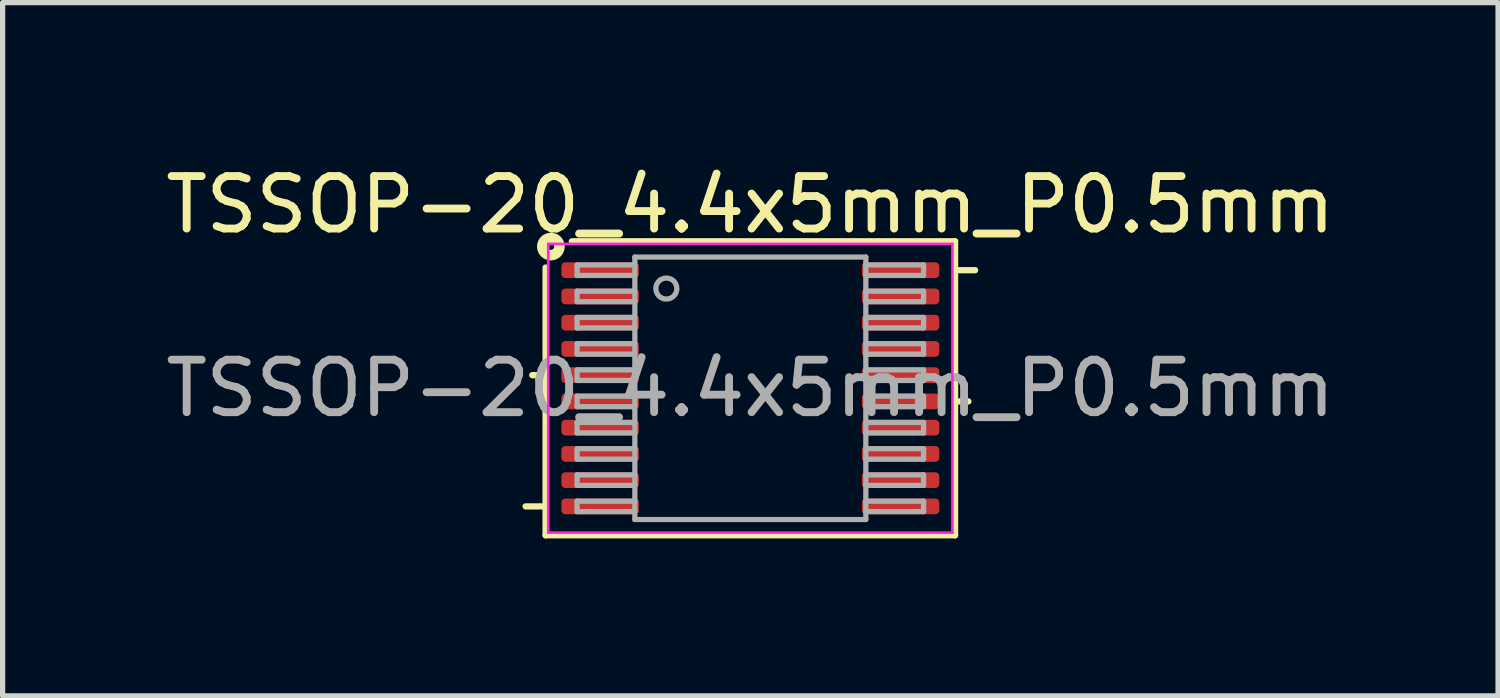
<source format=kicad_pcb>
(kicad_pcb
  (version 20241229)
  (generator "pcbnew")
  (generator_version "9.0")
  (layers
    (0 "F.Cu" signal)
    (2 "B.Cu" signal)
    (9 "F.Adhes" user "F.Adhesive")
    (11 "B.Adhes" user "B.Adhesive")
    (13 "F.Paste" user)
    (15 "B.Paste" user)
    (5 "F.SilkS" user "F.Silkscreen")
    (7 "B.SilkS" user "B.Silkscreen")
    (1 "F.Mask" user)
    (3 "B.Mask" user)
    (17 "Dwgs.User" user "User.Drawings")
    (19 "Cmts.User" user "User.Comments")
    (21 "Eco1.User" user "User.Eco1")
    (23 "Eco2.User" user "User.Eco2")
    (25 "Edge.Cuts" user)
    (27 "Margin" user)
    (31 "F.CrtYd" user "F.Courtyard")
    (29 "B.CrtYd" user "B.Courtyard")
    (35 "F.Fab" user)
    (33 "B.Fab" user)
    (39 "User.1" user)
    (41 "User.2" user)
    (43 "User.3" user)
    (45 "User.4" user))
  (footprint "TSSOP-20_4.4x5mm_P0.5mm"
    (layer "F.Cu")
    (at 11.244 4.347)
    (property "Reference" "TSSOP-20_4.4x5mm_P0.5mm" (at 0 -3.498 0) (layer "F.SilkS") (effects (font (size 1 1) (thickness 0.15))))
    (attr smd)
    (fp_line (start -4.281 2.25) (end -3.9 2.25) (stroke (width 0.12) (type solid)) (layer "F.SilkS"))
    (fp_line (start -4.154 -0.25) (end -3.9 -0.25) (stroke (width 0.12) (type solid)) (layer "F.SilkS"))
    (fp_line (start -3.9 -2.3) (end -3.9 2.8) (stroke (width 0.12) (type solid)) (layer "F.SilkS"))
    (fp_line (start -3.9 2.8) (end 3.9 2.8) (stroke (width 0.12) (type solid)) (layer "F.SilkS"))
    (fp_line (start 3.9 -2.8) (end -3.4 -2.8) (stroke (width 0.12) (type solid)) (layer "F.SilkS"))
    (fp_line (start 3.9 -2.25) (end 4.281 -2.25) (stroke (width 0.12) (type solid)) (layer "F.SilkS"))
    (fp_line (start 3.9 0.25) (end 4.154 0.25) (stroke (width 0.12) (type solid)) (layer "F.SilkS"))
    (fp_line (start 3.9 2.8) (end 3.9 -2.8) (stroke (width 0.12) (type solid)) (layer "F.SilkS"))
    (fp_circle (center -3.8 -2.7) (end -3.736 -2.7) (stroke (width 0.2) (type solid)) (fill no) (layer "F.SilkS"))
    (fp_line (start -3.85 -2.75) (end -3.85 2.75) (stroke (width 0.05) (type solid)) (layer "F.CrtYd"))
    (fp_line (start -3.85 2.75) (end 3.85 2.75) (stroke (width 0.05) (type solid)) (layer "F.CrtYd"))
    (fp_line (start 3.85 -2.75) (end -3.85 -2.75) (stroke (width 0.05) (type solid)) (layer "F.CrtYd"))
    (fp_line (start 3.85 2.75) (end 3.85 -2.75) (stroke (width 0.05) (type solid)) (layer "F.CrtYd"))
    (fp_line (start -3.3 -2.35) (end -3.3 -2.15) (stroke (width 0.1) (type solid)) (layer "F.Fab"))
    (fp_line (start -3.3 -2.35) (end -2.2 -2.35) (stroke (width 0.1) (type solid)) (layer "F.Fab"))
    (fp_line (start -3.3 -2.15) (end -2.2 -2.15) (stroke (width 0.1) (type solid)) (layer "F.Fab"))
    (fp_line (start -3.3 -1.85) (end -3.3 -1.65) (stroke (width 0.1) (type solid)) (layer "F.Fab"))
    (fp_line (start -3.3 -1.85) (end -2.2 -1.85) (stroke (width 0.1) (type solid)) (layer "F.Fab"))
    (fp_line (start -3.3 -1.65) (end -2.2 -1.65) (stroke (width 0.1) (type solid)) (layer "F.Fab"))
    (fp_line (start -3.3 -1.35) (end -3.3 -1.15) (stroke (width 0.1) (type solid)) (layer "F.Fab"))
    (fp_line (start -3.3 -1.35) (end -2.2 -1.35) (stroke (width 0.1) (type solid)) (layer "F.Fab"))
    (fp_line (start -3.3 -1.15) (end -2.2 -1.15) (stroke (width 0.1) (type solid)) (layer "F.Fab"))
    (fp_line (start -3.3 -0.85) (end -3.3 -0.65) (stroke (width 0.1) (type solid)) (layer "F.Fab"))
    (fp_line (start -3.3 -0.85) (end -2.2 -0.85) (stroke (width 0.1) (type solid)) (layer "F.Fab"))
    (fp_line (start -3.3 -0.65) (end -2.2 -0.65) (stroke (width 0.1) (type solid)) (layer "F.Fab"))
    (fp_line (start -3.3 -0.35) (end -3.3 -0.15) (stroke (width 0.1) (type solid)) (layer "F.Fab"))
    (fp_line (start -3.3 -0.35) (end -2.2 -0.35) (stroke (width 0.1) (type solid)) (layer "F.Fab"))
    (fp_line (start -3.3 -0.15) (end -2.2 -0.15) (stroke (width 0.1) (type solid)) (layer "F.Fab"))
    (fp_line (start -3.3 0.15) (end -3.3 0.35) (stroke (width 0.1) (type solid)) (layer "F.Fab"))
    (fp_line (start -3.3 0.15) (end -2.2 0.15) (stroke (width 0.1) (type solid)) (layer "F.Fab"))
    (fp_line (start -3.3 0.35) (end -2.2 0.35) (stroke (width 0.1) (type solid)) (layer "F.Fab"))
    (fp_line (start -3.3 0.65) (end -3.3 0.85) (stroke (width 0.1) (type solid)) (layer "F.Fab"))
    (fp_line (start -3.3 0.65) (end -2.2 0.65) (stroke (width 0.1) (type solid)) (layer "F.Fab"))
    (fp_line (start -3.3 0.85) (end -2.2 0.85) (stroke (width 0.1) (type solid)) (layer "F.Fab"))
    (fp_line (start -3.3 1.15) (end -3.3 1.35) (stroke (width 0.1) (type solid)) (layer "F.Fab"))
    (fp_line (start -3.3 1.15) (end -2.2 1.15) (stroke (width 0.1) (type solid)) (layer "F.Fab"))
    (fp_line (start -3.3 1.35) (end -2.2 1.35) (stroke (width 0.1) (type solid)) (layer "F.Fab"))
    (fp_line (start -3.3 1.65) (end -3.3 1.85) (stroke (width 0.1) (type solid)) (layer "F.Fab"))
    (fp_line (start -3.3 1.65) (end -2.2 1.65) (stroke (width 0.1) (type solid)) (layer "F.Fab"))
    (fp_line (start -3.3 1.85) (end -2.2 1.85) (stroke (width 0.1) (type solid)) (layer "F.Fab"))
    (fp_line (start -3.3 2.15) (end -3.3 2.35) (stroke (width 0.1) (type solid)) (layer "F.Fab"))
    (fp_line (start -3.3 2.15) (end -2.2 2.15) (stroke (width 0.1) (type solid)) (layer "F.Fab"))
    (fp_line (start -3.3 2.35) (end -2.2 2.35) (stroke (width 0.1) (type solid)) (layer "F.Fab"))
    (fp_line (start -2.2 -2.5) (end 2.2 -2.5) (stroke (width 0.1) (type solid)) (layer "F.Fab"))
    (fp_line (start -2.2 2.5) (end -2.2 -2.5) (stroke (width 0.1) (type solid)) (layer "F.Fab"))
    (fp_line (start 2.2 -2.5) (end 2.2 2.5) (stroke (width 0.1) (type solid)) (layer "F.Fab"))
    (fp_line (start 2.2 2.5) (end -2.2 2.5) (stroke (width 0.1) (type solid)) (layer "F.Fab"))
    (fp_line (start 3.3 -2.35) (end 2.2 -2.35) (stroke (width 0.1) (type solid)) (layer "F.Fab"))
    (fp_line (start 3.3 -2.15) (end 2.2 -2.15) (stroke (width 0.1) (type solid)) (layer "F.Fab"))
    (fp_line (start 3.3 -2.15) (end 3.3 -2.35) (stroke (width 0.1) (type solid)) (layer "F.Fab"))
    (fp_line (start 3.3 -1.85) (end 2.2 -1.85) (stroke (width 0.1) (type solid)) (layer "F.Fab"))
    (fp_line (start 3.3 -1.65) (end 2.2 -1.65) (stroke (width 0.1) (type solid)) (layer "F.Fab"))
    (fp_line (start 3.3 -1.65) (end 3.3 -1.85) (stroke (width 0.1) (type solid)) (layer "F.Fab"))
    (fp_line (start 3.3 -1.35) (end 2.2 -1.35) (stroke (width 0.1) (type solid)) (layer "F.Fab"))
    (fp_line (start 3.3 -1.15) (end 2.2 -1.15) (stroke (width 0.1) (type solid)) (layer "F.Fab"))
    (fp_line (start 3.3 -1.15) (end 3.3 -1.35) (stroke (width 0.1) (type solid)) (layer "F.Fab"))
    (fp_line (start 3.3 -0.85) (end 2.2 -0.85) (stroke (width 0.1) (type solid)) (layer "F.Fab"))
    (fp_line (start 3.3 -0.65) (end 2.2 -0.65) (stroke (width 0.1) (type solid)) (layer "F.Fab"))
    (fp_line (start 3.3 -0.65) (end 3.3 -0.85) (stroke (width 0.1) (type solid)) (layer "F.Fab"))
    (fp_line (start 3.3 -0.35) (end 2.2 -0.35) (stroke (width 0.1) (type solid)) (layer "F.Fab"))
    (fp_line (start 3.3 -0.15) (end 2.2 -0.15) (stroke (width 0.1) (type solid)) (layer "F.Fab"))
    (fp_line (start 3.3 -0.15) (end 3.3 -0.35) (stroke (width 0.1) (type solid)) (layer "F.Fab"))
    (fp_line (start 3.3 0.15) (end 2.2 0.15) (stroke (width 0.1) (type solid)) (layer "F.Fab"))
    (fp_line (start 3.3 0.35) (end 2.2 0.35) (stroke (width 0.1) (type solid)) (layer "F.Fab"))
    (fp_line (start 3.3 0.35) (end 3.3 0.15) (stroke (width 0.1) (type solid)) (layer "F.Fab"))
    (fp_line (start 3.3 0.65) (end 2.2 0.65) (stroke (width 0.1) (type solid)) (layer "F.Fab"))
    (fp_line (start 3.3 0.85) (end 2.2 0.85) (stroke (width 0.1) (type solid)) (layer "F.Fab"))
    (fp_line (start 3.3 0.85) (end 3.3 0.65) (stroke (width 0.1) (type solid)) (layer "F.Fab"))
    (fp_line (start 3.3 1.15) (end 2.2 1.15) (stroke (width 0.1) (type solid)) (layer "F.Fab"))
    (fp_line (start 3.3 1.35) (end 2.2 1.35) (stroke (width 0.1) (type solid)) (layer "F.Fab"))
    (fp_line (start 3.3 1.35) (end 3.3 1.15) (stroke (width 0.1) (type solid)) (layer "F.Fab"))
    (fp_line (start 3.3 1.65) (end 2.2 1.65) (stroke (width 0.1) (type solid)) (layer "F.Fab"))
    (fp_line (start 3.3 1.85) (end 2.2 1.85) (stroke (width 0.1) (type solid)) (layer "F.Fab"))
    (fp_line (start 3.3 1.85) (end 3.3 1.65) (stroke (width 0.1) (type solid)) (layer "F.Fab"))
    (fp_line (start 3.3 2.15) (end 2.2 2.15) (stroke (width 0.1) (type solid)) (layer "F.Fab"))
    (fp_line (start 3.3 2.35) (end 2.2 2.35) (stroke (width 0.1) (type solid)) (layer "F.Fab"))
    (fp_line (start 3.3 2.35) (end 3.3 2.15) (stroke (width 0.1) (type solid)) (layer "F.Fab"))
    (fp_circle (center -1.6 -1.9) (end -1.4 -1.9) (stroke (width 0.1) (type solid)) (fill no) (layer "F.Fab"))
    (fp_text user "${REFERENCE}" (at 0 0 0) (layer "F.Fab") (effects (font (size 1 1) (thickness 0.15))))
    (pad "1" smd roundrect (at -2.862 -2.25) (size 1.475 0.3) (layers "F.Cu" "F.Mask" "F.Paste") (roundrect_rratio 0.25))
    (pad "2" smd roundrect (at -2.862 -1.75) (size 1.475 0.3) (layers "F.Cu" "F.Mask" "F.Paste") (roundrect_rratio 0.25))
    (pad "3" smd roundrect (at -2.862 -1.25) (size 1.475 0.3) (layers "F.Cu" "F.Mask" "F.Paste") (roundrect_rratio 0.25))
    (pad "4" smd roundrect (at -2.862 -0.75) (size 1.475 0.3) (layers "F.Cu" "F.Mask" "F.Paste") (roundrect_rratio 0.25))
    (pad "5" smd roundrect (at -2.862 -0.25) (size 1.475 0.3) (layers "F.Cu" "F.Mask" "F.Paste") (roundrect_rratio 0.25))
    (pad "6" smd roundrect (at -2.862 0.25) (size 1.475 0.3) (layers "F.Cu" "F.Mask" "F.Paste") (roundrect_rratio 0.25))
    (pad "7" smd roundrect (at -2.862 0.75) (size 1.475 0.3) (layers "F.Cu" "F.Mask" "F.Paste") (roundrect_rratio 0.25))
    (pad "8" smd roundrect (at -2.862 1.25) (size 1.475 0.3) (layers "F.Cu" "F.Mask" "F.Paste") (roundrect_rratio 0.25))
    (pad "9" smd roundrect (at -2.862 1.75) (size 1.475 0.3) (layers "F.Cu" "F.Mask" "F.Paste") (roundrect_rratio 0.25))
    (pad "10" smd roundrect (at -2.862 2.25) (size 1.475 0.3) (layers "F.Cu" "F.Mask" "F.Paste") (roundrect_rratio 0.25))
    (pad "11" smd roundrect (at 2.862 2.25) (size 1.475 0.3) (layers "F.Cu" "F.Mask" "F.Paste") (roundrect_rratio 0.25))
    (pad "12" smd roundrect (at 2.862 1.75) (size 1.475 0.3) (layers "F.Cu" "F.Mask" "F.Paste") (roundrect_rratio 0.25))
    (pad "13" smd roundrect (at 2.862 1.25) (size 1.475 0.3) (layers "F.Cu" "F.Mask" "F.Paste") (roundrect_rratio 0.25))
    (pad "14" smd roundrect (at 2.862 0.75) (size 1.475 0.3) (layers "F.Cu" "F.Mask" "F.Paste") (roundrect_rratio 0.25))
    (pad "15" smd roundrect (at 2.862 0.25) (size 1.475 0.3) (layers "F.Cu" "F.Mask" "F.Paste") (roundrect_rratio 0.25))
    (pad "16" smd roundrect (at 2.862 -0.25) (size 1.475 0.3) (layers "F.Cu" "F.Mask" "F.Paste") (roundrect_rratio 0.25))
    (pad "17" smd roundrect (at 2.862 -0.75) (size 1.475 0.3) (layers "F.Cu" "F.Mask" "F.Paste") (roundrect_rratio 0.25))
    (pad "18" smd roundrect (at 2.862 -1.25) (size 1.475 0.3) (layers "F.Cu" "F.Mask" "F.Paste") (roundrect_rratio 0.25))
    (pad "19" smd roundrect (at 2.862 -1.75) (size 1.475 0.3) (layers "F.Cu" "F.Mask" "F.Paste") (roundrect_rratio 0.25))
    (pad "20" smd roundrect (at 2.862 -2.25) (size 1.475 0.3) (layers "F.Cu" "F.Mask" "F.Paste") (roundrect_rratio 0.25)))
  (gr_rect
    (start -3 -3)
    (end 25.488 10.207)
    (stroke (width 0.1) (type default))
    (fill no)
    (layer "Edge.Cuts")))
</source>
